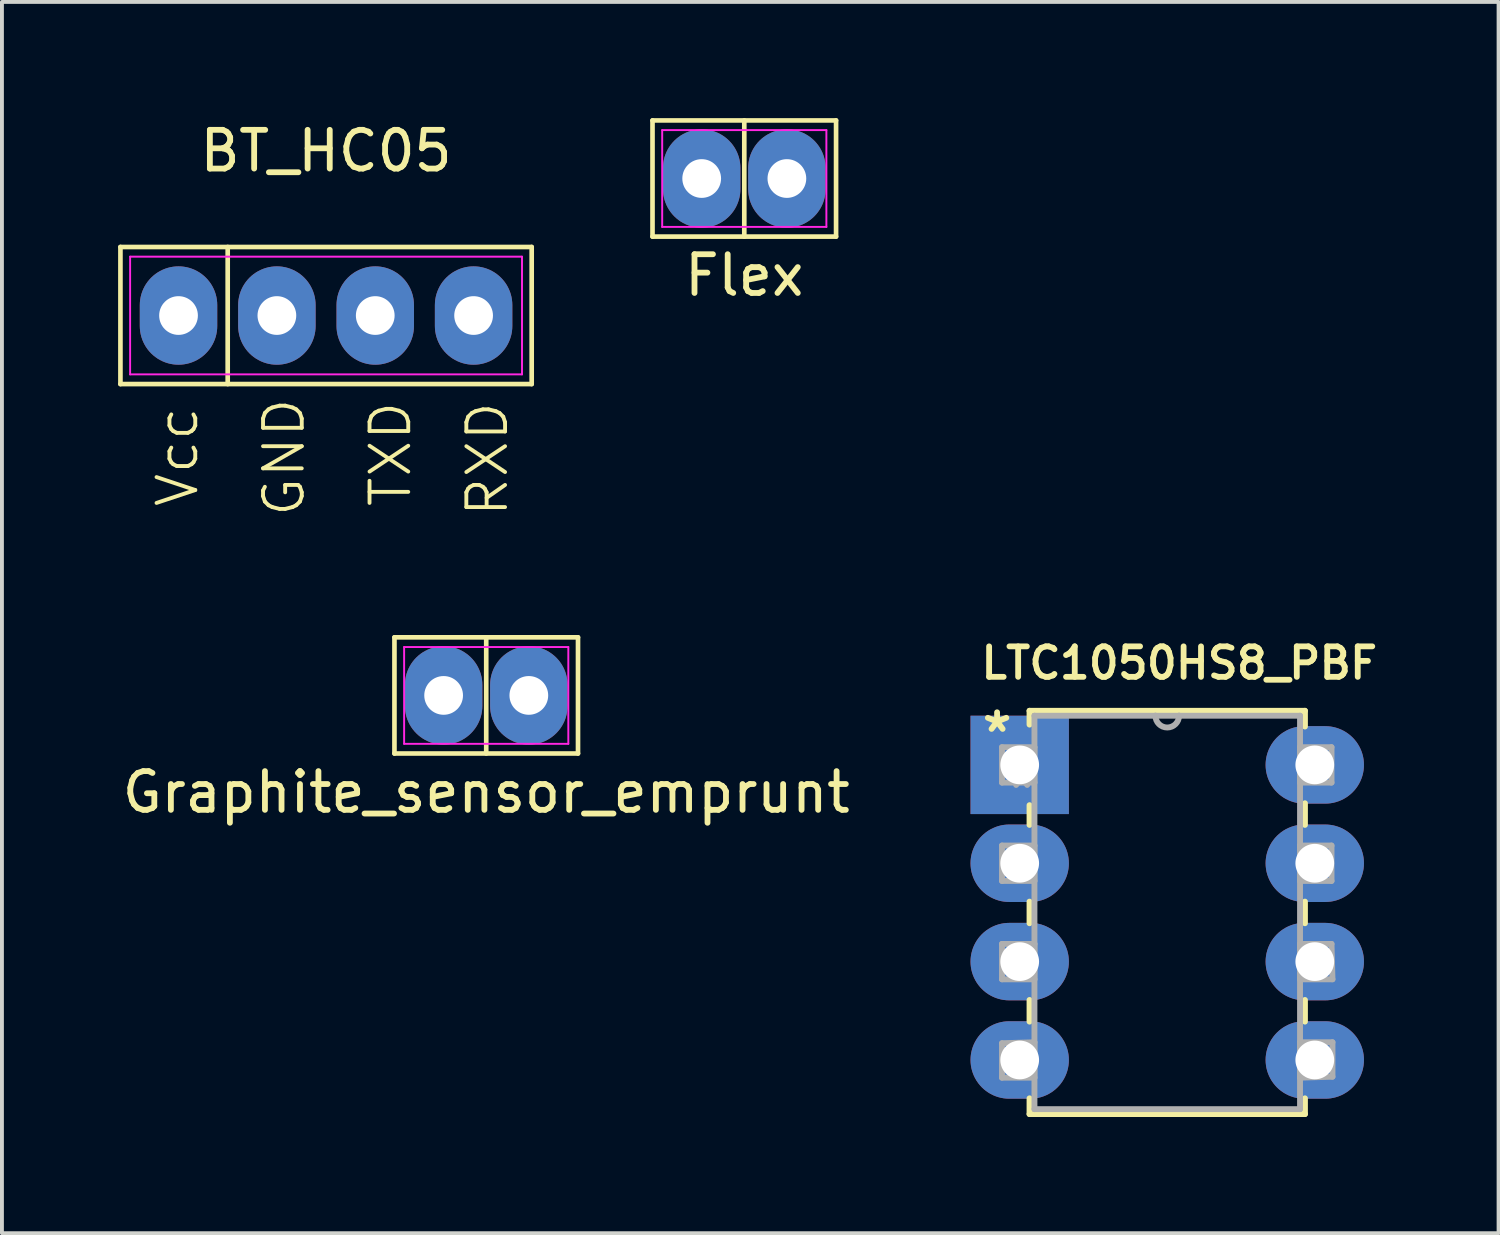
<source format=kicad_pcb>
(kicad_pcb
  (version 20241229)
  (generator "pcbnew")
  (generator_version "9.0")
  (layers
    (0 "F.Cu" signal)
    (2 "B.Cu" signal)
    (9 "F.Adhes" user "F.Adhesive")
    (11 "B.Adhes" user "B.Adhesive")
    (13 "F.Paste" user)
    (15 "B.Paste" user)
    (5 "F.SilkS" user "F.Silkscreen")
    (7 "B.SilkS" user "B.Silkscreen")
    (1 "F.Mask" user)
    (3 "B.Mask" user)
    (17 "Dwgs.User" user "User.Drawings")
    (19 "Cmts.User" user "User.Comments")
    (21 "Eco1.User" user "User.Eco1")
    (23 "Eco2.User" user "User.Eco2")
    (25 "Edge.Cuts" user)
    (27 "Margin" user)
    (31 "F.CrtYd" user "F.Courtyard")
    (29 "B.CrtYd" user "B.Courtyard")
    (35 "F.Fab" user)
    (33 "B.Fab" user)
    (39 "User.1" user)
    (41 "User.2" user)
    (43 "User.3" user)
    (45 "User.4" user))
  (footprint "BT_HC05"
    (layer "F.Cu")
    (at 5.37 5.098)
    (property "Reference" "BT_HC05" (at 0 -4.25 0) (layer "F.SilkS") (effects (font (size 1 1) (thickness 0.15))))
    (attr through_hole)
    (fp_line (start -5.31 -1.77) (end 5.31 -1.77) (stroke (width 0.12) (type default)) (layer "F.SilkS"))
    (fp_line (start -5.31 1.77) (end -5.31 -1.77) (stroke (width 0.12) (type default)) (layer "F.SilkS"))
    (fp_line (start -2.54 -1.77) (end -2.54 1.77) (stroke (width 0.12) (type default)) (layer "F.SilkS"))
    (fp_line (start 5.31 -1.77) (end 5.31 1.77) (stroke (width 0.12) (type default)) (layer "F.SilkS"))
    (fp_line (start 5.31 1.77) (end -5.31 1.77) (stroke (width 0.12) (type default)) (layer "F.SilkS"))
    (fp_line (start -5.06 -1.52) (end 5.06 -1.52) (stroke (width 0.05) (type default)) (layer "F.CrtYd"))
    (fp_line (start -5.06 1.52) (end -5.06 -1.52) (stroke (width 0.05) (type default)) (layer "F.CrtYd"))
    (fp_line (start 5.06 -1.52) (end 5.06 1.52) (stroke (width 0.05) (type default)) (layer "F.CrtYd"))
    (fp_line (start 5.06 1.52) (end -5.06 1.52) (stroke (width 0.05) (type default)) (layer "F.CrtYd"))
    (fp_text user "GND" (at -0.5 5.25 90) (unlocked yes) (layer "F.SilkS") (effects (font (size 1 1) (thickness 0.1)) (justify left bottom)))
    (fp_text user "Vcc" (at -3.25 5 90) (unlocked yes) (layer "F.SilkS") (effects (font (size 1 1) (thickness 0.1)) (justify left bottom)))
    (fp_text user "TXD" (at 2.25 5 90) (unlocked yes) (layer "F.SilkS") (effects (font (size 1 1) (thickness 0.1)) (justify left bottom)))
    (fp_text user "RXD" (at 4.75 5.25 90) (unlocked yes) (layer "F.SilkS") (effects (font (size 1 1) (thickness 0.1)) (justify left bottom)))
    (pad "1" thru_hole oval (at -3.81 0) (size 2 2.54) (drill 1) (layers "*.Cu" "*.Mask"))
    (pad "2" thru_hole oval (at -1.27 0) (size 2 2.54) (drill 1) (layers "*.Cu" "*.Mask"))
    (pad "3" thru_hole oval (at 1.27 0) (size 2 2.54) (drill 1) (layers "*.Cu" "*.Mask"))
    (pad "4" thru_hole oval (at 3.81 0) (size 2 2.54) (drill 1) (layers "*.Cu" "*.Mask")))
  (footprint "Graphite_sensor_emprunt"
    (layer "F.Cu")
    (at 9.506 14.908)
    (property "Reference" "Graphite_sensor_emprunt" (at 0 2.5 0) (layer "F.SilkS") (effects (font (size 1 1) (thickness 0.15))))
    (attr through_hole)
    (fp_line (start -2.37 -1.5) (end 2.37 -1.5) (stroke (width 0.12) (type default)) (layer "F.SilkS"))
    (fp_line (start -2.37 1.5) (end -2.37 -1.5) (stroke (width 0.12) (type default)) (layer "F.SilkS"))
    (fp_line (start 0 -1.5) (end 0 1.5) (stroke (width 0.12) (type default)) (layer "F.SilkS"))
    (fp_line (start 2.37 -1.5) (end 2.37 1.5) (stroke (width 0.12) (type default)) (layer "F.SilkS"))
    (fp_line (start 2.37 1.5) (end -2.37 1.5) (stroke (width 0.12) (type default)) (layer "F.SilkS"))
    (fp_line (start -2.12 -1.25) (end 2.12 -1.25) (stroke (width 0.05) (type default)) (layer "F.CrtYd"))
    (fp_line (start -2.12 1.25) (end -2.12 -1.25) (stroke (width 0.05) (type default)) (layer "F.CrtYd"))
    (fp_line (start 2.12 -1.25) (end 2.12 1.25) (stroke (width 0.05) (type default)) (layer "F.CrtYd"))
    (fp_line (start 2.12 1.25) (end -2.12 1.25) (stroke (width 0.05) (type default)) (layer "F.CrtYd"))
    (pad "1" thru_hole oval (at -1.1 0 90) (size 2.54 2) (drill 1) (layers "*.Cu" "*.Mask"))
    (pad "2" thru_hole oval (at 1.1 0 90) (size 2.54 2) (drill 1) (layers "*.Cu" "*.Mask")))
  (footprint "LTC1050HS8_PBF"
    (layer "F.Cu")
    (at 30.902 24.322)
    (property "Reference" "LTC1050HS8_PBF" (at -3.5 -10.25 0) (layer "F.SilkS") (effects (font (size 0.787 0.787) (thickness 0.15))))
    (attr through_hole)
    (fp_line (start -7.366 -9.017) (end -7.366 -8.661) (stroke (width 0.152) (type solid)) (layer "F.SilkS"))
    (fp_line (start -7.366 -6.579) (end -7.366 -6.071) (stroke (width 0.152) (type solid)) (layer "F.SilkS"))
    (fp_line (start -7.366 -4.089) (end -7.366 -3.531) (stroke (width 0.152) (type solid)) (layer "F.SilkS"))
    (fp_line (start -7.366 -1.549) (end -7.366 -0.991) (stroke (width 0.152) (type solid)) (layer "F.SilkS"))
    (fp_line (start -7.366 0.991) (end -7.366 1.397) (stroke (width 0.152) (type solid)) (layer "F.SilkS"))
    (fp_line (start -7.366 1.397) (end -0.254 1.397) (stroke (width 0.152) (type solid)) (layer "F.SilkS"))
    (fp_line (start -0.254 -9.017) (end -7.366 -9.017) (stroke (width 0.152) (type solid)) (layer "F.SilkS"))
    (fp_line (start -0.254 -8.611) (end -0.254 -9.017) (stroke (width 0.152) (type solid)) (layer "F.SilkS"))
    (fp_line (start -0.254 -6.071) (end -0.254 -6.629) (stroke (width 0.152) (type solid)) (layer "F.SilkS"))
    (fp_line (start -0.254 -3.531) (end -0.254 -4.089) (stroke (width 0.152) (type solid)) (layer "F.SilkS"))
    (fp_line (start -0.254 -0.991) (end -0.254 -1.549) (stroke (width 0.152) (type solid)) (layer "F.SilkS"))
    (fp_line (start -0.254 1.397) (end -0.254 0.991) (stroke (width 0.152) (type solid)) (layer "F.SilkS"))
    (fp_line (start -8.077 -8.077) (end -8.077 -7.163) (stroke (width 0.152) (type solid)) (layer "F.Fab"))
    (fp_line (start -8.077 -7.163) (end -7.239 -7.163) (stroke (width 0.152) (type solid)) (layer "F.Fab"))
    (fp_line (start -8.077 -5.537) (end -8.077 -4.623) (stroke (width 0.152) (type solid)) (layer "F.Fab"))
    (fp_line (start -8.077 -4.623) (end -7.239 -4.623) (stroke (width 0.152) (type solid)) (layer "F.Fab"))
    (fp_line (start -8.077 -2.997) (end -8.077 -2.083) (stroke (width 0.152) (type solid)) (layer "F.Fab"))
    (fp_line (start -8.077 -2.083) (end -7.239 -2.083) (stroke (width 0.152) (type solid)) (layer "F.Fab"))
    (fp_line (start -8.077 -0.432) (end -8.077 0.457) (stroke (width 0.152) (type solid)) (layer "F.Fab"))
    (fp_line (start -8.077 0.457) (end -7.239 0.457) (stroke (width 0.152) (type solid)) (layer "F.Fab"))
    (fp_line (start -7.239 -8.89) (end -7.239 1.27) (stroke (width 0.152) (type solid)) (layer "F.Fab"))
    (fp_line (start -7.239 -8.077) (end -8.077 -8.077) (stroke (width 0.152) (type solid)) (layer "F.Fab"))
    (fp_line (start -7.239 -7.163) (end -7.239 -8.077) (stroke (width 0.152) (type solid)) (layer "F.Fab"))
    (fp_line (start -7.239 -5.537) (end -8.077 -5.537) (stroke (width 0.152) (type solid)) (layer "F.Fab"))
    (fp_line (start -7.239 -4.623) (end -7.239 -5.537) (stroke (width 0.152) (type solid)) (layer "F.Fab"))
    (fp_line (start -7.239 -2.997) (end -8.077 -2.997) (stroke (width 0.152) (type solid)) (layer "F.Fab"))
    (fp_line (start -7.239 -2.083) (end -7.239 -2.997) (stroke (width 0.152) (type solid)) (layer "F.Fab"))
    (fp_line (start -7.239 -0.457) (end -8.077 -0.432) (stroke (width 0.152) (type solid)) (layer "F.Fab"))
    (fp_line (start -7.239 0.457) (end -7.239 -0.457) (stroke (width 0.152) (type solid)) (layer "F.Fab"))
    (fp_line (start -7.239 1.27) (end -0.381 1.27) (stroke (width 0.152) (type solid)) (layer "F.Fab"))
    (fp_line (start -4.115 -8.89) (end -7.239 -8.89) (stroke (width 0.152) (type solid)) (layer "F.Fab"))
    (fp_line (start -3.505 -8.89) (end -4.115 -8.89) (stroke (width 0.152) (type solid)) (layer "F.Fab"))
    (fp_line (start -0.381 -8.89) (end -3.505 -8.89) (stroke (width 0.152) (type solid)) (layer "F.Fab"))
    (fp_line (start -0.381 -8.077) (end -0.381 -7.163) (stroke (width 0.152) (type solid)) (layer "F.Fab"))
    (fp_line (start -0.381 -7.163) (end 0.432 -7.163) (stroke (width 0.152) (type solid)) (layer "F.Fab"))
    (fp_line (start -0.381 -5.537) (end -0.381 -4.623) (stroke (width 0.152) (type solid)) (layer "F.Fab"))
    (fp_line (start -0.381 -4.623) (end 0.432 -4.623) (stroke (width 0.152) (type solid)) (layer "F.Fab"))
    (fp_line (start -0.381 -2.997) (end -0.381 -2.083) (stroke (width 0.152) (type solid)) (layer "F.Fab"))
    (fp_line (start -0.381 -2.083) (end 0.457 -2.083) (stroke (width 0.152) (type solid)) (layer "F.Fab"))
    (fp_line (start -0.381 -0.457) (end -0.381 0.457) (stroke (width 0.152) (type solid)) (layer "F.Fab"))
    (fp_line (start -0.381 0.457) (end 0.457 0.432) (stroke (width 0.152) (type solid)) (layer "F.Fab"))
    (fp_line (start -0.381 1.27) (end -0.381 -8.89) (stroke (width 0.152) (type solid)) (layer "F.Fab"))
    (fp_line (start 0.432 -8.077) (end -0.381 -8.077) (stroke (width 0.152) (type solid)) (layer "F.Fab"))
    (fp_line (start 0.432 -7.163) (end 0.432 -8.077) (stroke (width 0.152) (type solid)) (layer "F.Fab"))
    (fp_line (start 0.432 -5.537) (end -0.381 -5.537) (stroke (width 0.152) (type solid)) (layer "F.Fab"))
    (fp_line (start 0.432 -4.623) (end 0.432 -5.537) (stroke (width 0.152) (type solid)) (layer "F.Fab"))
    (fp_line (start 0.432 -2.997) (end -0.381 -2.997) (stroke (width 0.152) (type solid)) (layer "F.Fab"))
    (fp_line (start 0.457 -2.083) (end 0.432 -2.997) (stroke (width 0.152) (type solid)) (layer "F.Fab"))
    (fp_line (start 0.457 -0.457) (end -0.381 -0.457) (stroke (width 0.152) (type solid)) (layer "F.Fab"))
    (fp_line (start 0.457 0.432) (end 0.457 -0.457) (stroke (width 0.152) (type solid)) (layer "F.Fab"))
    (fp_arc (start -3.5052 -8.89) (mid -3.81 -8.5852) (end -4.1148 -8.89) (stroke (width 0.1524) (type solid)) (layer "F.Fab"))
    (fp_text user "*" (at -8.204 -8.433 0) (layer "F.SilkS") (effects (font (size 1 1) (thickness 0.15))))
    (fp_text user "*" (at -7.569 -6.985 0) (layer "F.Fab") (effects (font (size 1 1) (thickness 0.15))))
    (pad "1" thru_hole rect (at -7.62 -7.62) (size 2.54 2.54) (drill 1) (layers "*.Cu" "*.Mask"))
    (pad "2" thru_hole oval (at -7.62 -5.08) (size 2.54 2) (drill 1) (layers "*.Cu" "*.Mask"))
    (pad "3" thru_hole oval (at -7.62 -2.54) (size 2.54 2) (drill 1) (layers "*.Cu" "*.Mask"))
    (pad "4" thru_hole oval (at -7.62 0) (size 2.54 2) (drill 1) (layers "*.Cu" "*.Mask"))
    (pad "5" thru_hole oval (at 0 0) (size 2.54 2) (drill 1) (layers "*.Cu" "*.Mask"))
    (pad "6" thru_hole oval (at 0 -2.54) (size 2.54 2) (drill 1) (layers "*.Cu" "*.Mask"))
    (pad "7" thru_hole oval (at 0 -5.08) (size 2.54 2) (drill 1) (layers "*.Cu" "*.Mask"))
    (pad "8" thru_hole oval (at 0 -7.62) (size 2.54 2) (drill 1) (layers "*.Cu" "*.Mask")))
  (footprint "Flex"
    (layer "F.Cu")
    (at 16.17 1.56)
    (property "Reference" "Flex" (at 0 2.5 0) (layer "F.SilkS") (effects (font (size 1 1) (thickness 0.15))))
    (attr through_hole)
    (fp_line (start -2.37 -1.5) (end 2.37 -1.5) (stroke (width 0.12) (type default)) (layer "F.SilkS"))
    (fp_line (start -2.37 1.5) (end -2.37 -1.5) (stroke (width 0.12) (type default)) (layer "F.SilkS"))
    (fp_line (start 0 -1.5) (end 0 1.5) (stroke (width 0.12) (type default)) (layer "F.SilkS"))
    (fp_line (start 2.37 -1.5) (end 2.37 1.5) (stroke (width 0.12) (type default)) (layer "F.SilkS"))
    (fp_line (start 2.37 1.5) (end -2.37 1.5) (stroke (width 0.12) (type default)) (layer "F.SilkS"))
    (fp_line (start -2.12 -1.25) (end 2.12 -1.25) (stroke (width 0.05) (type default)) (layer "F.CrtYd"))
    (fp_line (start -2.12 1.25) (end -2.12 -1.25) (stroke (width 0.05) (type default)) (layer "F.CrtYd"))
    (fp_line (start 2.12 -1.25) (end 2.12 1.25) (stroke (width 0.05) (type default)) (layer "F.CrtYd"))
    (fp_line (start 2.12 1.25) (end -2.12 1.25) (stroke (width 0.05) (type default)) (layer "F.CrtYd"))
    (pad "1" thru_hole oval (at -1.1 0 90) (size 2.54 2) (drill 1) (layers "*.Cu" "*.Mask"))
    (pad "2" thru_hole oval (at 1.1 0 90) (size 2.54 2) (drill 1) (layers "*.Cu" "*.Mask")))
  (gr_rect
    (start -3 -3)
    (end 35.648 28.795)
    (stroke (width 0.1) (type default))
    (fill no)
    (layer "Edge.Cuts")))
</source>
